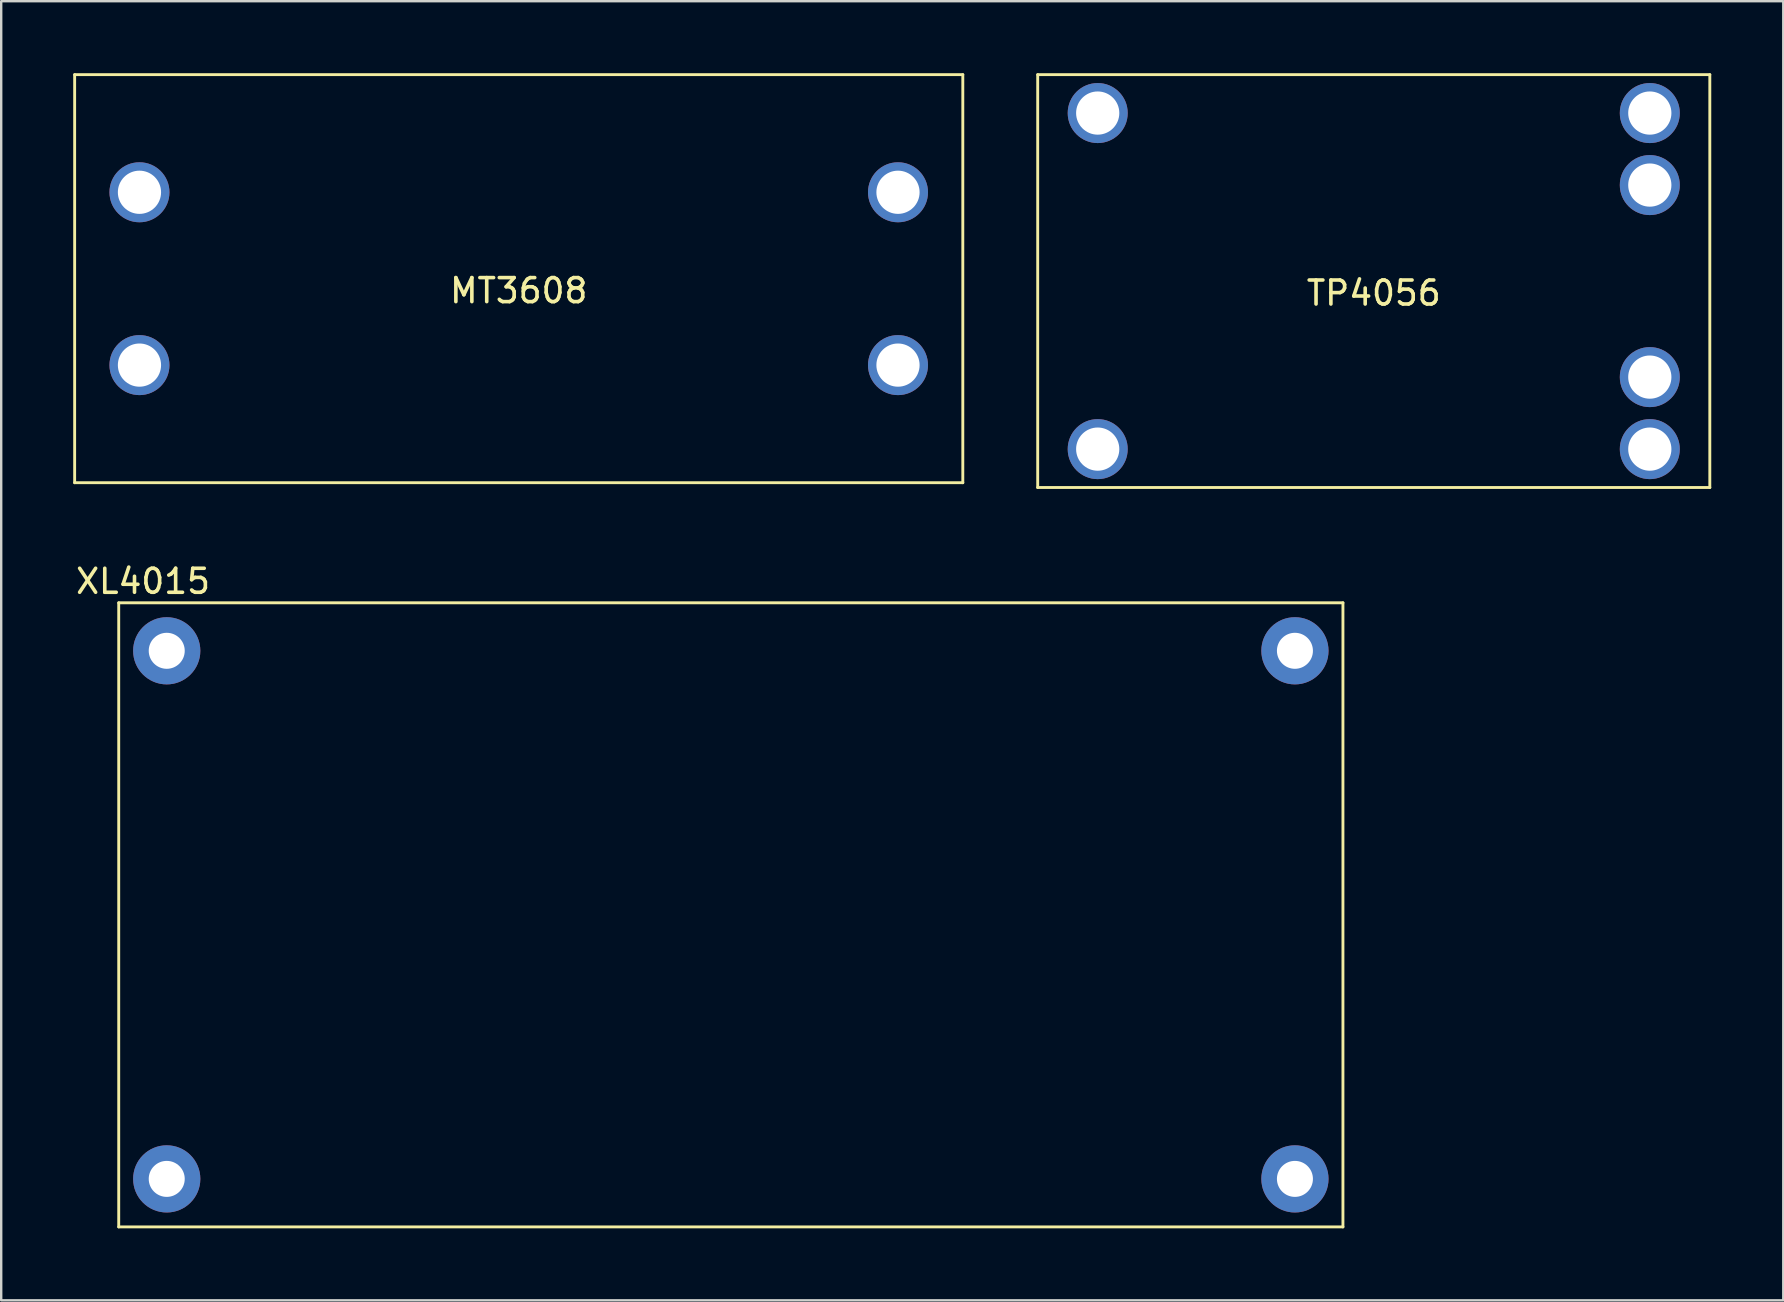
<source format=kicad_pcb>
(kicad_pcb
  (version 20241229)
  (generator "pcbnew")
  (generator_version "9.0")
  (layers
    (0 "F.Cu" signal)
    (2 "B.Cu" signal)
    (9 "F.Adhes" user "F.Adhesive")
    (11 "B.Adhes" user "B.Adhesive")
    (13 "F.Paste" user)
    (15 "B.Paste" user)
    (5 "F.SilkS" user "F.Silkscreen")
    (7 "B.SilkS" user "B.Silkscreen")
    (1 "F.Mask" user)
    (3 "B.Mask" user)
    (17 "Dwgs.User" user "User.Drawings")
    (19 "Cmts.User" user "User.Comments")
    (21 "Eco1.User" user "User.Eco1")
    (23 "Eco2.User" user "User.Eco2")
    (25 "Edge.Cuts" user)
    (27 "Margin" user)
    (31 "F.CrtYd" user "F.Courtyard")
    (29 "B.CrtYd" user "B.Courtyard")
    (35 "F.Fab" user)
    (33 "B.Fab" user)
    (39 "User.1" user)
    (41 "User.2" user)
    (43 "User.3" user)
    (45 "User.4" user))
  (footprint "MT3608"
    (layer "F.Cu")
    (at 18.56 8.56)
    (property "Reference" "MT3608" (at 0 0.5 0) (layer "F.SilkS") (effects (font (size 1 1) (thickness 0.15))))
    (attr through_hole)
    (fp_line (start -18.5 -8.5) (end 18.5 -8.5) (stroke (width 0.12) (type solid)) (layer "F.SilkS"))
    (fp_line (start -18.5 8.5) (end -18.5 -8.5) (stroke (width 0.12) (type solid)) (layer "F.SilkS"))
    (fp_line (start -18.5 8.5) (end 18.5 8.5) (stroke (width 0.12) (type solid)) (layer "F.SilkS"))
    (fp_line (start 18.5 -8.5) (end 18.5 8.5) (stroke (width 0.12) (type solid)) (layer "F.SilkS"))
    (pad "1" thru_hole circle (at 15.8 -3.6) (size 2.5 2.5) (drill 1.8) (layers "*.Cu" "*.Mask"))
    (pad "2" thru_hole circle (at 15.8 3.6) (size 2.5 2.5) (drill 1.8) (layers "*.Cu" "*.Mask"))
    (pad "3" thru_hole circle (at -15.8 3.6) (size 2.5 2.5) (drill 1.8) (layers "*.Cu" "*.Mask"))
    (pad "4" thru_hole circle (at -15.8 -3.6) (size 2.5 2.5) (drill 1.8) (layers "*.Cu" "*.Mask")))
  (footprint "TP4056"
    (layer "F.Cu")
    (at 54.18 8.66)
    (property "Reference" "TP4056" (at 0 0.5 0) (layer "F.SilkS") (effects (font (size 1 1) (thickness 0.15))))
    (attr through_hole)
    (fp_line (start -14 -8.6) (end 14 -8.6) (stroke (width 0.12) (type solid)) (layer "F.SilkS"))
    (fp_line (start -14 8.6) (end -14 -8.6) (stroke (width 0.12) (type solid)) (layer "F.SilkS"))
    (fp_line (start 14 -8.6) (end 14 8.6) (stroke (width 0.12) (type solid)) (layer "F.SilkS"))
    (fp_line (start 14 8.6) (end -14 8.6) (stroke (width 0.12) (type solid)) (layer "F.SilkS"))
    (pad "1" thru_hole circle (at -11.5 -7) (size 2.5 2.5) (drill 1.8) (layers "*.Cu" "*.Mask"))
    (pad "2" thru_hole circle (at -11.5 7) (size 2.5 2.5) (drill 1.8) (layers "*.Cu" "*.Mask"))
    (pad "3" thru_hole circle (at 11.5 -7) (size 2.5 2.5) (drill 1.8) (layers "*.Cu" "*.Mask"))
    (pad "4" thru_hole circle (at 11.5 7) (size 2.5 2.5) (drill 1.8) (layers "*.Cu" "*.Mask"))
    (pad "5" thru_hole circle (at 11.5 -4) (size 2.5 2.5) (drill 1.8) (layers "*.Cu" "*.Mask"))
    (pad "6" thru_hole circle (at 11.5 4) (size 2.5 2.5) (drill 1.8) (layers "*.Cu" "*.Mask")))
  (footprint "XL4015"
    (layer "F.Cu")
    (at 27.396 35.062)
    (property "Reference" "XL4015" (at -24.486 -13.894 0) (layer "F.SilkS") (effects (font (size 1 1) (thickness 0.15))))
    (attr through_hole)
    (fp_line (start -25.5 -13) (end 25.5 -13) (stroke (width 0.12) (type solid)) (layer "F.SilkS"))
    (fp_line (start -25.5 13) (end -25.5 -13) (stroke (width 0.12) (type solid)) (layer "F.SilkS"))
    (fp_line (start 25.5 13) (end -25.5 13) (stroke (width 0.12) (type solid)) (layer "F.SilkS"))
    (fp_line (start 25.5 13) (end 25.5 -13) (stroke (width 0.12) (type solid)) (layer "F.SilkS"))
    (pad "1" thru_hole circle (at -23.5 -11) (size 2.8 2.8) (drill 1.5) (layers "*.Cu" "*.Mask"))
    (pad "2" thru_hole circle (at -23.5 11) (size 2.8 2.8) (drill 1.5) (layers "*.Cu" "*.Mask"))
    (pad "3" thru_hole circle (at 23.5 11) (size 2.8 2.8) (drill 1.5) (layers "*.Cu" "*.Mask"))
    (pad "4" thru_hole circle (at 23.5 -11) (size 2.8 2.8) (drill 1.5) (layers "*.Cu" "*.Mask")))
  (gr_rect
    (start -3 -3)
    (end 71.24 51.122)
    (stroke (width 0.1) (type default))
    (fill no)
    (layer "Edge.Cuts")))
</source>
